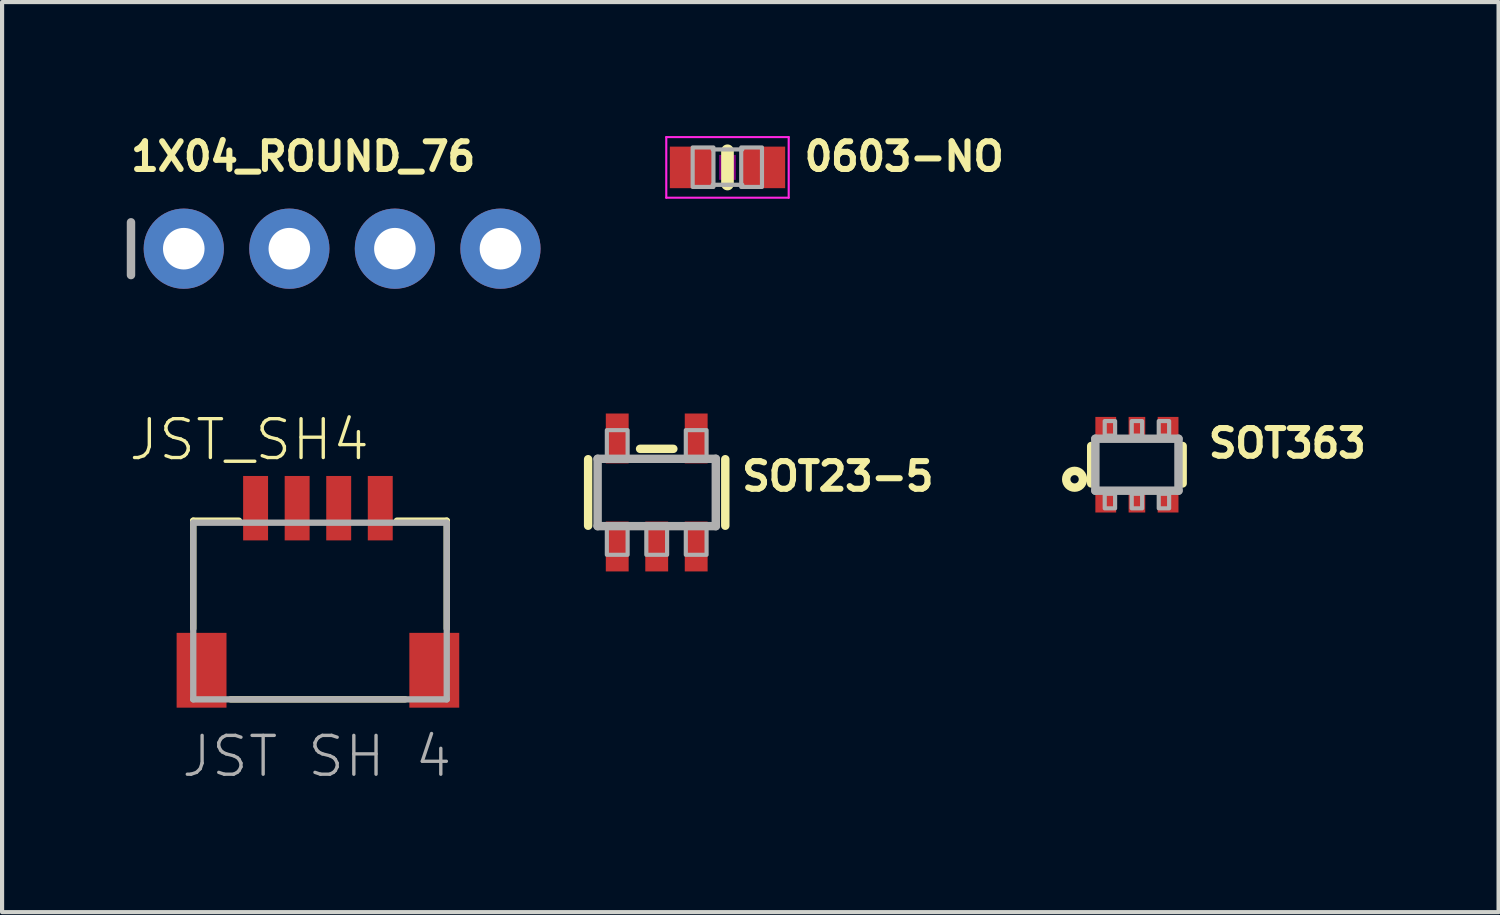
<source format=kicad_pcb>
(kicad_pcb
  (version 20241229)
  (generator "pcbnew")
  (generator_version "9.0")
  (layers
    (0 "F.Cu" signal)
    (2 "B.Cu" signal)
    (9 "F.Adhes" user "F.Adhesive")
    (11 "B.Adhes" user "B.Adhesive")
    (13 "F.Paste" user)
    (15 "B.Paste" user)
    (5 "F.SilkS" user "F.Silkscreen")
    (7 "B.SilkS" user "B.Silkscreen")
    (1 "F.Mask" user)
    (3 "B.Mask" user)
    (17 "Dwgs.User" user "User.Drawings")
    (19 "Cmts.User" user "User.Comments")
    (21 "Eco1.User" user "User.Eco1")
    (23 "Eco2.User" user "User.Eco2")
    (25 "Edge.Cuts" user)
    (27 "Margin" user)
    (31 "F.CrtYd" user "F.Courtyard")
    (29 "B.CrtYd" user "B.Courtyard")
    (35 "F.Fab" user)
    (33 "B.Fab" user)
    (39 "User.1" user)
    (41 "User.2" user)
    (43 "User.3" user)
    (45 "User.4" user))
  (footprint "0603-NO"
    (layer "F.Cu")
    (at 14.455 0.978)
    (property "Reference" "0603-NO" (at 1.778 0.127 0) (layer "F.SilkS") (effects (font (size 0.666 0.666) (thickness 0.146)) (justify left bottom)))
    (fp_line (start 0 -0.4) (end 0 0.4) (stroke (width 0.305) (type solid)) (layer "F.SilkS"))
    (fp_poly (pts (xy -0.2 0.3) (xy 0.2 0.3) (xy 0.2 -0.3) (xy -0.2 -0.3)) (stroke (width 0) (type solid)) (fill yes) (layer "F.Adhes"))
    (fp_line (start -1.473 -0.729) (end 1.473 -0.729) (stroke (width 0.051) (type solid)) (layer "F.CrtYd"))
    (fp_line (start -1.473 0.729) (end -1.473 -0.729) (stroke (width 0.051) (type solid)) (layer "F.CrtYd"))
    (fp_line (start 1.473 -0.729) (end 1.473 0.729) (stroke (width 0.051) (type solid)) (layer "F.CrtYd"))
    (fp_line (start 1.473 0.729) (end -1.473 0.729) (stroke (width 0.051) (type solid)) (layer "F.CrtYd"))
    (fp_line (start -0.356 -0.432) (end 0.356 -0.432) (stroke (width 0.102) (type solid)) (layer "F.Fab"))
    (fp_line (start -0.356 0.419) (end 0.356 0.419) (stroke (width 0.102) (type solid)) (layer "F.Fab"))
    (fp_poly (pts (xy -0.838 0.47) (xy -0.338 0.47) (xy -0.338 -0.48) (xy -0.838 -0.48)) (stroke (width 0.1) (type solid)) (fill no) (layer "F.Fab"))
    (fp_poly (pts (xy 0.33 0.47) (xy 0.83 0.47) (xy 0.83 -0.48) (xy 0.33 -0.48)) (stroke (width 0.1) (type solid)) (fill no) (layer "F.Fab"))
    (pad "1" smd rect (at -0.85 0) (size 1.075 1) (layers "F.Cu" "F.Mask" "F.Paste"))
    (pad "2" smd rect (at 0.85 0) (size 1.075 1) (layers "F.Cu" "F.Mask" "F.Paste")))
  (footprint "SOT23-5"
    (layer "F.Cu")
    (at 12.752 8.8)
    (property "Reference" "SOT23-5" (at 1.978 0 0) (layer "F.SilkS") (effects (font (size 0.666 0.666) (thickness 0.146)) (justify left bottom)))
    (fp_line (start -1.65 -0.8) (end -1.65 0.8) (stroke (width 0.203) (type solid)) (layer "F.SilkS"))
    (fp_line (start -0.4 -1.05) (end 0.4 -1.05) (stroke (width 0.203) (type solid)) (layer "F.SilkS"))
    (fp_line (start 1.65 -0.8) (end 1.65 0.8) (stroke (width 0.203) (type solid)) (layer "F.SilkS"))
    (fp_line (start -1.422 -0.81) (end 1.422 -0.81) (stroke (width 0.203) (type solid)) (layer "F.Fab"))
    (fp_line (start -1.422 0.81) (end -1.422 -0.81) (stroke (width 0.203) (type solid)) (layer "F.Fab"))
    (fp_line (start 1.422 -0.81) (end 1.422 0.81) (stroke (width 0.203) (type solid)) (layer "F.Fab"))
    (fp_line (start 1.422 0.81) (end -1.422 0.81) (stroke (width 0.203) (type solid)) (layer "F.Fab"))
    (fp_poly (pts (xy -1.2 -0.85) (xy -0.7 -0.85) (xy -0.7 -1.5) (xy -1.2 -1.5)) (stroke (width 0.1) (type solid)) (fill no) (layer "F.Fab"))
    (fp_poly (pts (xy -1.2 1.5) (xy -0.7 1.5) (xy -0.7 0.85) (xy -1.2 0.85)) (stroke (width 0.1) (type solid)) (fill no) (layer "F.Fab"))
    (fp_poly (pts (xy -0.25 1.5) (xy 0.25 1.5) (xy 0.25 0.85) (xy -0.25 0.85)) (stroke (width 0.1) (type solid)) (fill no) (layer "F.Fab"))
    (fp_poly (pts (xy 0.7 -0.85) (xy 1.2 -0.85) (xy 1.2 -1.5) (xy 0.7 -1.5)) (stroke (width 0.1) (type solid)) (fill no) (layer "F.Fab"))
    (fp_poly (pts (xy 0.7 1.5) (xy 1.2 1.5) (xy 1.2 0.85) (xy 0.7 0.85)) (stroke (width 0.1) (type solid)) (fill no) (layer "F.Fab"))
    (pad "1" smd rect (at -0.95 1.3) (size 0.55 1.2) (layers "F.Cu" "F.Mask" "F.Paste"))
    (pad "2" smd rect (at 0 1.3) (size 0.55 1.2) (layers "F.Cu" "F.Mask" "F.Paste"))
    (pad "3" smd rect (at 0.95 1.3) (size 0.55 1.2) (layers "F.Cu" "F.Mask" "F.Paste"))
    (pad "4" smd rect (at 0.95 -1.3) (size 0.55 1.2) (layers "F.Cu" "F.Mask" "F.Paste"))
    (pad "5" smd rect (at -0.95 -1.3) (size 0.55 1.2) (layers "F.Cu" "F.Mask" "F.Paste")))
  (footprint "JST_SH4"
    (layer "F.Cu")
    (at 4.6 11.692)
    (property "Reference" "JST_SH4" (at -4.6 -3.614 0) (layer "F.SilkS") (effects (font (size 0.935 0.935) (thickness 0.081)) (justify left bottom)))
    (fp_line (start -3 -2.214) (end -1.9 -2.214) (stroke (width 0.152) (type solid)) (layer "F.SilkS"))
    (fp_line (start -3 0.386) (end -3 -2.214) (stroke (width 0.152) (type solid)) (layer "F.SilkS"))
    (fp_line (start -2.1 2.086) (end 2.1 2.086) (stroke (width 0.152) (type solid)) (layer "F.SilkS"))
    (fp_line (start 1.9 -2.214) (end 3.1 -2.214) (stroke (width 0.152) (type solid)) (layer "F.SilkS"))
    (fp_line (start 3.1 -2.214) (end 3.1 0.386) (stroke (width 0.152) (type solid)) (layer "F.SilkS"))
    (fp_line (start -3 -2.164) (end 3.1 -2.164) (stroke (width 0.152) (type solid)) (layer "F.Fab"))
    (fp_line (start -3 2.086) (end -3 -2.164) (stroke (width 0.152) (type solid)) (layer "F.Fab"))
    (fp_line (start 3.1 -2.164) (end 3.1 2.086) (stroke (width 0.152) (type solid)) (layer "F.Fab"))
    (fp_line (start 3.1 2.086) (end -3 2.086) (stroke (width 0.152) (type solid)) (layer "F.Fab"))
    (fp_text user "JST SH 4" (at -3.33 4.006 0) (layer "F.Fab") (effects (font (size 0.935 0.935) (thickness 0.081)) (justify left bottom)))
    (pad "1" smd rect (at -1.5 -2.514 90) (size 1.55 0.6) (layers "F.Cu" "F.Mask" "F.Paste"))
    (pad "2" smd rect (at -0.5 -2.514 90) (size 1.55 0.6) (layers "F.Cu" "F.Mask" "F.Paste"))
    (pad "3" smd rect (at 0.5 -2.514 90) (size 1.55 0.6) (layers "F.Cu" "F.Mask" "F.Paste"))
    (pad "4" smd rect (at 1.5 -2.514 90) (size 1.55 0.6) (layers "F.Cu" "F.Mask" "F.Paste"))
    (pad "MT1" smd rect (at -2.8 1.386 90) (size 1.8 1.2) (layers "F.Cu" "F.Mask" "F.Paste"))
    (pad "MT2" smd rect (at 2.8 1.386 90) (size 1.8 1.2) (layers "F.Cu" "F.Mask" "F.Paste")))
  (footprint "1X04_ROUND_76"
    (layer "F.Cu")
    (at 5.182 2.934)
    (property "Reference" "1X04_ROUND_76" (at -5.156 -1.829 0) (layer "F.SilkS") (effects (font (size 0.666 0.666) (thickness 0.146)) (justify left bottom)))
    (fp_line (start -5.08 -0.635) (end -5.08 0.635) (stroke (width 0.203) (type solid)) (layer "F.Fab"))
    (fp_poly (pts (xy -4.064 0.254) (xy -3.556 0.254) (xy -3.556 -0.254) (xy -4.064 -0.254)) (stroke (width 0.1) (type solid)) (fill no) (layer "F.Fab"))
    (fp_poly (pts (xy -1.524 0.254) (xy -1.016 0.254) (xy -1.016 -0.254) (xy -1.524 -0.254)) (stroke (width 0.1) (type solid)) (fill no) (layer "F.Fab"))
    (fp_poly (pts (xy 1.016 0.254) (xy 1.524 0.254) (xy 1.524 -0.254) (xy 1.016 -0.254)) (stroke (width 0.1) (type solid)) (fill no) (layer "F.Fab"))
    (fp_poly (pts (xy 3.556 0.254) (xy 4.064 0.254) (xy 4.064 -0.254) (xy 3.556 -0.254)) (stroke (width 0.1) (type solid)) (fill no) (layer "F.Fab"))
    (pad "1" thru_hole circle (at -3.81 0 90) (size 1.93 1.93) (drill 1) (layers "*.Cu" "*.Mask"))
    (pad "2" thru_hole circle (at -1.27 0 90) (size 1.93 1.93) (drill 1) (layers "*.Cu" "*.Mask"))
    (pad "3" thru_hole circle (at 1.27 0 90) (size 1.93 1.93) (drill 1) (layers "*.Cu" "*.Mask"))
    (pad "4" thru_hole circle (at 3.81 0 90) (size 1.93 1.93) (drill 1) (layers "*.Cu" "*.Mask")))
  (footprint "SOT363"
    (layer "F.Cu")
    (at 24.307 8.132)
    (property "Reference" "SOT363" (at 1.651 -0.127 0) (layer "F.SilkS") (effects (font (size 0.666 0.666) (thickness 0.146)) (justify left bottom)))
    (fp_line (start -1.1 -0.45) (end -1.1 0.45) (stroke (width 0.203) (type solid)) (layer "F.SilkS"))
    (fp_line (start 1.1 -0.45) (end 1.1 0.45) (stroke (width 0.203) (type solid)) (layer "F.SilkS"))
    (fp_circle (center -1.5 0.35) (end -1.4 0.35) (stroke (width 0.203) (type solid)) (fill no) (layer "F.SilkS"))
    (fp_line (start -1 -0.625) (end 1 -0.625) (stroke (width 0.203) (type solid)) (layer "F.Fab"))
    (fp_line (start -1 0.625) (end -1 -0.625) (stroke (width 0.203) (type solid)) (layer "F.Fab"))
    (fp_line (start 1 -0.625) (end 1 0.625) (stroke (width 0.203) (type solid)) (layer "F.Fab"))
    (fp_line (start 1 0.625) (end -1 0.625) (stroke (width 0.203) (type solid)) (layer "F.Fab"))
    (fp_poly (pts (xy -0.775 -0.7) (xy -0.525 -0.7) (xy -0.525 -1.05) (xy -0.775 -1.05)) (stroke (width 0.1) (type solid)) (fill no) (layer "F.Fab"))
    (fp_poly (pts (xy -0.775 1.05) (xy -0.525 1.05) (xy -0.525 0.7) (xy -0.775 0.7)) (stroke (width 0.1) (type solid)) (fill no) (layer "F.Fab"))
    (fp_poly (pts (xy -0.125 -0.7) (xy 0.125 -0.7) (xy 0.125 -1.05) (xy -0.125 -1.05)) (stroke (width 0.1) (type solid)) (fill no) (layer "F.Fab"))
    (fp_poly (pts (xy -0.125 1.05) (xy 0.125 1.05) (xy 0.125 0.7) (xy -0.125 0.7)) (stroke (width 0.1) (type solid)) (fill no) (layer "F.Fab"))
    (fp_poly (pts (xy 0.525 -0.7) (xy 0.775 -0.7) (xy 0.775 -1.05) (xy 0.525 -1.05)) (stroke (width 0.1) (type solid)) (fill no) (layer "F.Fab"))
    (fp_poly (pts (xy 0.525 1.05) (xy 0.775 1.05) (xy 0.775 0.7) (xy 0.525 0.7)) (stroke (width 0.1) (type solid)) (fill no) (layer "F.Fab"))
    (pad "1" smd rect (at -0.75 0.9) (size 0.5 0.5) (layers "F.Cu" "F.Mask" "F.Paste"))
    (pad "2" smd rect (at 0 0.9) (size 0.4 0.5) (layers "F.Cu" "F.Mask" "F.Paste"))
    (pad "3" smd rect (at 0.75 0.9) (size 0.5 0.5) (layers "F.Cu" "F.Mask" "F.Paste"))
    (pad "4" smd rect (at 0.75 -0.9) (size 0.5 0.5) (layers "F.Cu" "F.Mask" "F.Paste"))
    (pad "5" smd rect (at 0 -0.9) (size 0.4 0.5) (layers "F.Cu" "F.Mask" "F.Paste"))
    (pad "6" smd rect (at -0.75 -0.9) (size 0.5 0.5) (layers "F.Cu" "F.Mask" "F.Paste")))
  (gr_rect
    (start -3 -3)
    (end 33.009 18.898)
    (stroke (width 0.1) (type default))
    (fill no)
    (layer "Edge.Cuts")))
</source>
